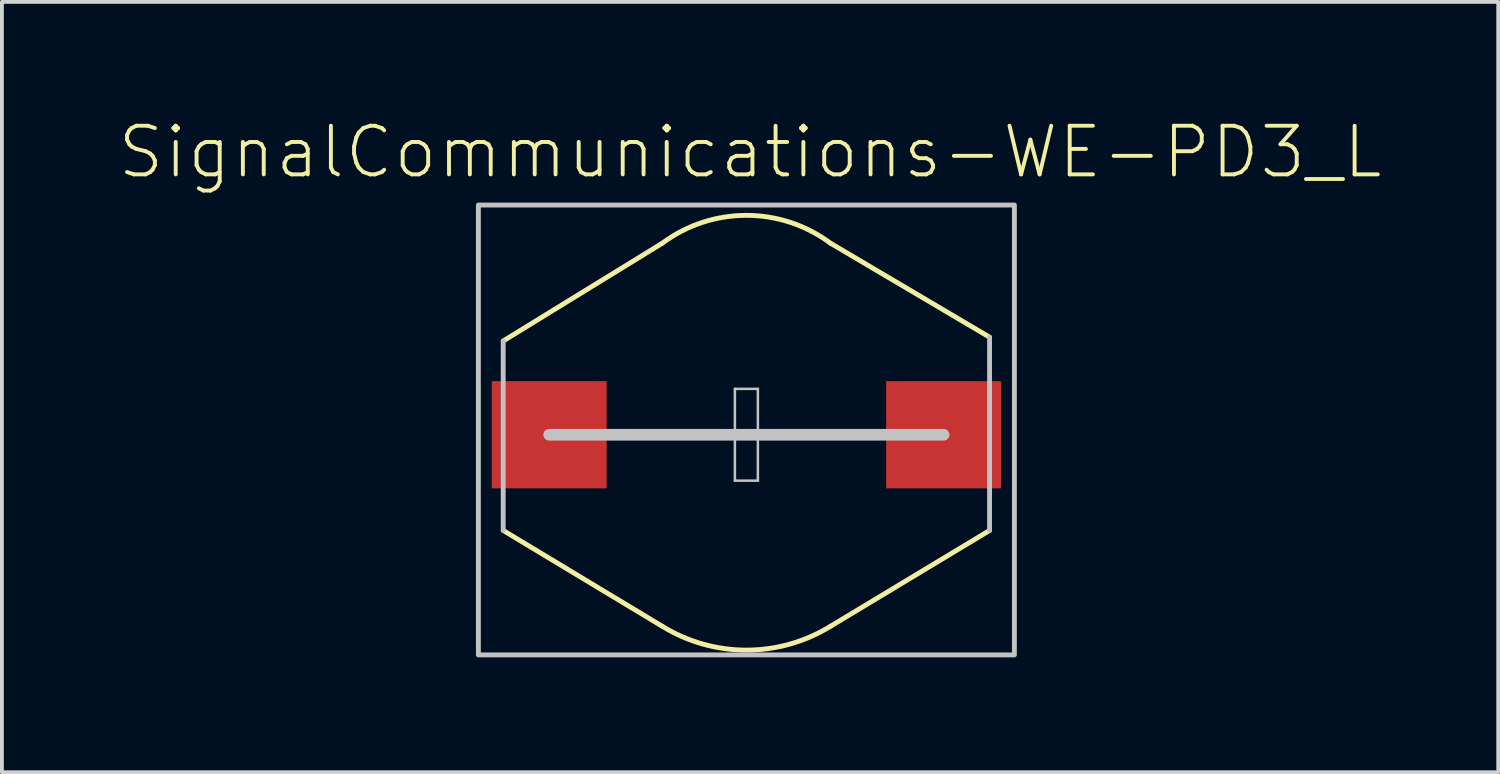
<source format=kicad_pcb>
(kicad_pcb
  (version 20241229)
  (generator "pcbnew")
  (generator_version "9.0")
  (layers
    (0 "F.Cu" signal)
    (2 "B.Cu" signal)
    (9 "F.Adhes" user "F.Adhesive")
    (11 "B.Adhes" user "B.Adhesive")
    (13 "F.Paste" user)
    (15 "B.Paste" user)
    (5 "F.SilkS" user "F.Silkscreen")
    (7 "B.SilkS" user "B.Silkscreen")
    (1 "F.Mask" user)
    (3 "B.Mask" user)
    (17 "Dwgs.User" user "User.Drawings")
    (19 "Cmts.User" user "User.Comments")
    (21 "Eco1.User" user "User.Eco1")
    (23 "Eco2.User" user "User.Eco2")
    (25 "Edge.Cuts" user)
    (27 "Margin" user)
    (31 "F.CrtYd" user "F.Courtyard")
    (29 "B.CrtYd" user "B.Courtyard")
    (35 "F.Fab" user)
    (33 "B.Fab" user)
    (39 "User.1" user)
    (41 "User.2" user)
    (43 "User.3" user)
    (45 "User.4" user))
  (footprint "SignalCommunications-WE-PD3_L"
    (layer "F.Cu")
    (at 16.439 8.302)
    (property "Reference" "SignalCommunications-WE-PD3_L" (at 0.097 -7.381 0) (layer "F.SilkS") (effects (font (size 1.27 1.27) (thickness 0.102))))
    (attr smd)
    (fp_line (start -6.35 -2.449) (end -2.2 -4.999) (stroke (width 0.127) (type solid)) (layer "F.SilkS"))
    (fp_line (start -6.35 2.499) (end -2.2 4.999) (stroke (width 0.127) (type solid)) (layer "F.SilkS"))
    (fp_line (start 6.35 -2.548) (end 2.2 -4.999) (stroke (width 0.127) (type solid)) (layer "F.SilkS"))
    (fp_line (start 6.35 2.499) (end 2.2 4.999) (stroke (width 0.127) (type solid)) (layer "F.SilkS"))
    (fp_arc (start -2.19964 -4.99872) (mid -0.001257 -5.728728) (end 2.197624 -5.000223) (stroke (width 0.127) (type solid)) (layer "F.SilkS"))
    (fp_arc (start 2.19964 4.99872) (mid 0.002552 5.622915) (end -2.195296 5.001398) (stroke (width 0.127) (type solid)) (layer "F.SilkS"))
    (fp_line (start -6.35 2.499) (end -6.35 -2.449) (stroke (width 0.127) (type solid)) (layer "Dwgs.User"))
    (fp_line (start -5.149 0) (end 5.149 0) (stroke (width 0.305) (type solid)) (layer "Dwgs.User"))
    (fp_line (start -0.3 -1.199) (end 0.3 -1.199) (stroke (width 0.066) (type solid)) (layer "Dwgs.User"))
    (fp_line (start -0.3 1.199) (end -0.3 -1.199) (stroke (width 0.066) (type solid)) (layer "Dwgs.User"))
    (fp_line (start -0.3 1.199) (end 0.3 1.199) (stroke (width 0.066) (type solid)) (layer "Dwgs.User"))
    (fp_line (start 0.3 1.199) (end 0.3 -1.199) (stroke (width 0.066) (type solid)) (layer "Dwgs.User"))
    (fp_line (start 6.35 2.499) (end 6.35 -2.548) (stroke (width 0.127) (type solid)) (layer "Dwgs.User"))
    (fp_poly (pts (xy -6.998 -5.999) (xy 6.998 -5.999) (xy 6.998 5.748) (xy -6.998 5.748) (xy -6.998 -5.999)) (stroke (width 0.127) (type solid)) (fill no) (layer "Dwgs.User"))
    (pad "1" smd rect (at -5.149 0 90) (size 2.799 3) (layers "F.Cu" "F.Mask" "F.Paste"))
    (pad "2" smd rect (at 5.149 0 90) (size 2.799 3) (layers "F.Cu" "F.Mask" "F.Paste")))
  (gr_rect
    (start -3 -3)
    (end 36.071 17.114)
    (stroke (width 0.1) (type default))
    (fill no)
    (layer "Edge.Cuts")))
</source>
